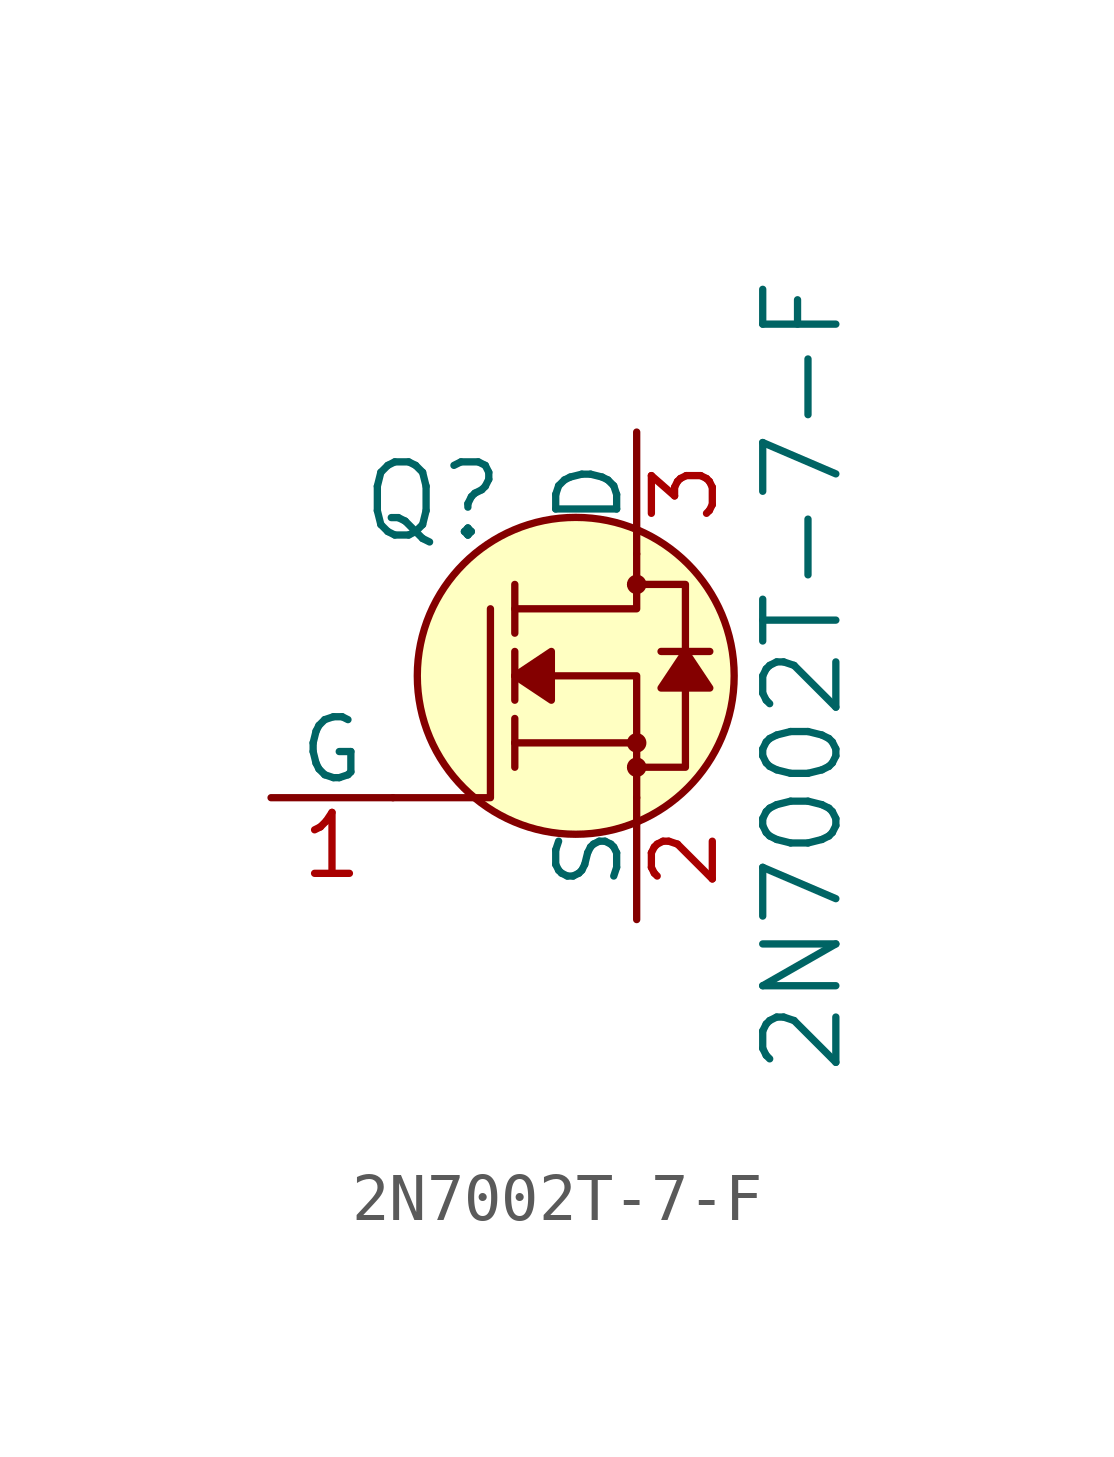
<source format=kicad_sym>
(kicad_symbol_lib
  (version 20220914)
  (generator kicad_symbol_editor)
  (symbol "2N7002T-7-F"
    (pin_names
      (offset 0))
    (property "Reference" "Q"
      (at -2.692 3.632 0)
      (effects (font (size 1.524 1.524)) (justify right)))
    (property "Value" "2N7002T-7-F"
      (at 3.454 0 90)
      (effects (font (size 1.524 1.524))))
    (symbol "2N7002T-7-F_0_1"
      (circle (center -1.27 0) (radius 3.302) (stroke (width 0) (type solid)) (fill (type background)))
      (circle (center 0 -1.905) (radius 0.127) (stroke (width 0) (type solid)) (fill (type none)))
      (circle (center 0 -1.397) (radius 0.127) (stroke (width 0) (type solid)) (fill (type none)))
      (polyline (pts (xy 0 -1.397) (xy -2.54 -1.397)) (stroke (width 0) (type solid)) (fill (type none)))
      (polyline (pts (xy -5.08 -2.54) (xy -3.048 -2.54) (xy -3.048 1.397)) (stroke (width 0) (type solid)) (fill (type none)))
      (polyline (pts (xy 0 -2.54) (xy 0 0) (xy -2.54 0)) (stroke (width 0) (type solid)) (fill (type none)))
      (polyline (pts (xy 0 2.54) (xy 0 1.397) (xy -2.54 1.397)) (stroke (width 0) (type solid)) (fill (type none)))
      (polyline (pts (xy -0.127 -1.905) (xy 1.016 -1.905) (xy 1.016 1.397) (xy 1.016 1.905) (xy -0.127 1.905)) (stroke (width 0) (type solid)) (fill (type none)))
      (circle (center 0 1.905) (radius 0.127) (stroke (width 0) (type solid)) (fill (type none))))
    (symbol "2N7002T-7-F_1_1"
      (polyline (pts (xy -2.54 -1.397) (xy -2.54 -1.905)) (stroke (width 0) (type solid)) (fill (type none)))
      (polyline (pts (xy -2.54 -1.397) (xy -2.54 -0.889)) (stroke (width 0) (type solid)) (fill (type none)))
      (polyline (pts (xy -2.54 0) (xy -2.54 -0.508)) (stroke (width 0) (type solid)) (fill (type none)))
      (polyline (pts (xy -2.54 0) (xy -2.54 0.508)) (stroke (width 0) (type solid)) (fill (type none)))
      (polyline (pts (xy -2.54 1.905) (xy -2.54 0.889)) (stroke (width 0) (type solid)) (fill (type none)))
      (polyline (pts (xy 1.524 0.508) (xy 0.508 0.508)) (stroke (width 0) (type solid)) (fill (type none)))
      (polyline (pts (xy -2.54 0) (xy -1.778 0.508) (xy -1.778 -0.508) (xy -2.54 0)) (stroke (width 0) (type solid)) (fill (type outline)))
      (polyline (pts (xy 1.016 0.508) (xy 0.508 -0.254) (xy 1.524 -0.254) (xy 1.016 0.508)) (stroke (width 0) (type solid)) (fill (type outline)))
      (pin passive line (at -7.62 -2.54 0) (length 2.54) (name "G" (effects (font (size 1.27 1.27)))) (number "1" (effects (font (size 1.27 1.27)))))
      (pin passive line (at 0 -5.08 90) (length 2.54) (name "S" (effects (font (size 1.27 1.27)))) (number "2" (effects (font (size 1.27 1.27)))))
      (pin passive line (at 0 5.08 270) (length 2.54) (name "D" (effects (font (size 1.27 1.27)))) (number "3" (effects (font (size 1.27 1.27))))))))
</source>
